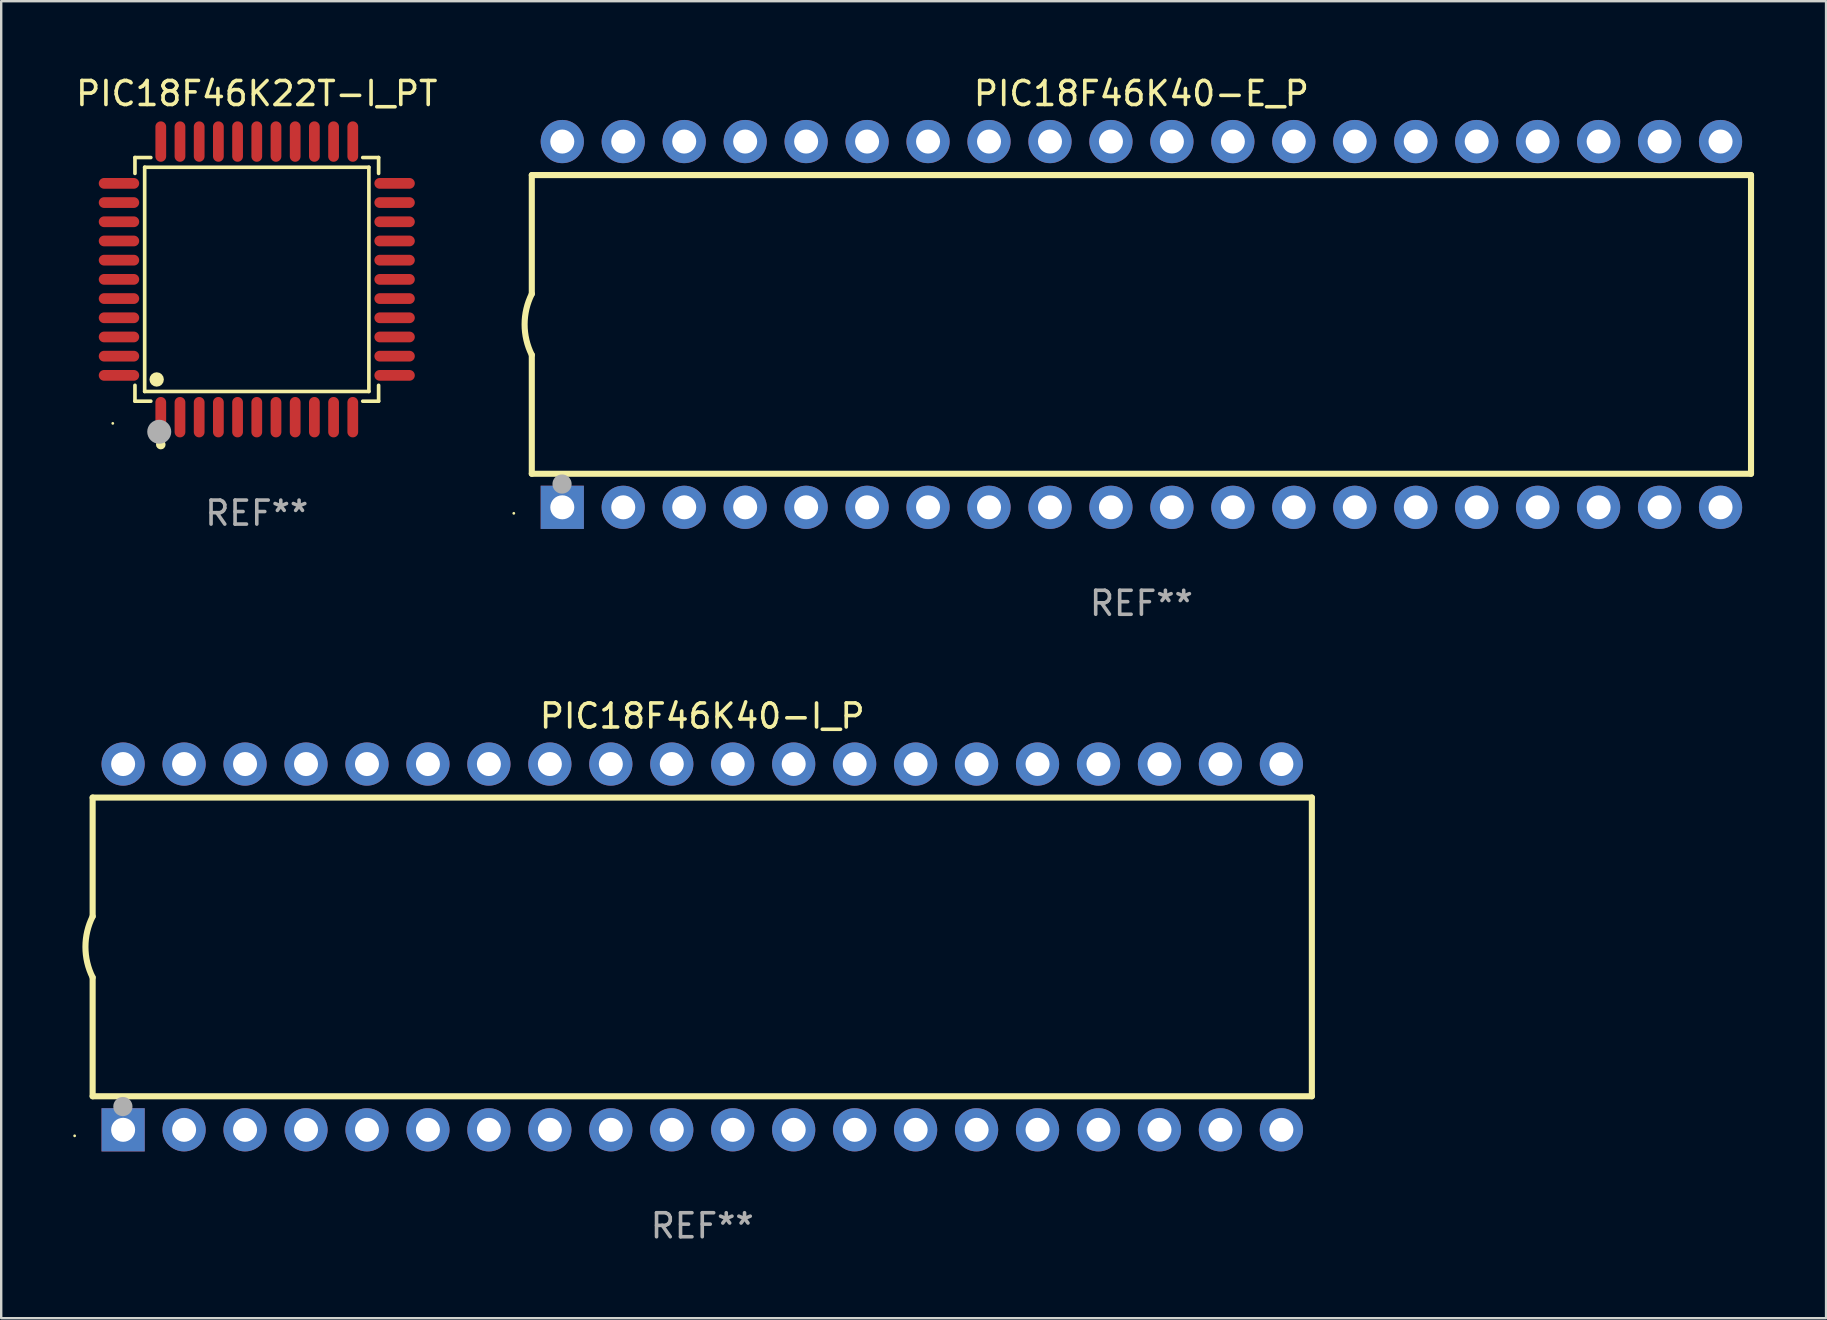
<source format=kicad_pcb>
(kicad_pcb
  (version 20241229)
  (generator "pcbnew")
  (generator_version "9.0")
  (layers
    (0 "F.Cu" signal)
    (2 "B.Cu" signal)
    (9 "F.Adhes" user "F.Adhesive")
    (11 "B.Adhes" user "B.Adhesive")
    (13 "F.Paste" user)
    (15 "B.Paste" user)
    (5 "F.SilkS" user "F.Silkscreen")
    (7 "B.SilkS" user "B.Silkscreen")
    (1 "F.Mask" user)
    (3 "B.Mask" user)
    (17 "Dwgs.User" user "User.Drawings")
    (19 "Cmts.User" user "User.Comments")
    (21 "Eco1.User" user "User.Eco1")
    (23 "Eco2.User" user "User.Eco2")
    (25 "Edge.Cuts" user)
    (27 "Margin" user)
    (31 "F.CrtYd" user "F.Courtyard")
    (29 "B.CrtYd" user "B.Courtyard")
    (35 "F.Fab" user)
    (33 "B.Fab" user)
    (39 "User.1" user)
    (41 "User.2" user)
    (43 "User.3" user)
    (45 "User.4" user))
  (footprint "PIC18F46K40-I_P"
    (layer "F.Cu")
    (at 26.21 36.405)
    (property "Reference" "PIC18F46K40-I_P" (at 0 -9.62 0) (layer "F.SilkS") (effects (font (size 1 1) (thickness 0.15))))
    (attr through_hole)
    (fp_line (start -25.4 -6.224) (end -25.4 -1.271) (stroke (width 0.254) (type solid)) (layer "F.SilkS"))
    (fp_line (start -25.4 -6.224) (end 25.4 -6.224) (stroke (width 0.254) (type solid)) (layer "F.SilkS"))
    (fp_line (start -25.4 1.269) (end -25.4 6.222) (stroke (width 0.254) (type solid)) (layer "F.SilkS"))
    (fp_line (start -25.4 6.222) (end 25.4 6.222) (stroke (width 0.254) (type solid)) (layer "F.SilkS"))
    (fp_line (start 25.4 6.222) (end 25.4 -6.224) (stroke (width 0.254) (type solid)) (layer "F.SilkS"))
    (fp_arc (start -25.4 1.269241) (mid -25.699807 -0.000762) (end -25.4 -1.270765) (stroke (width 0.254001) (type solid)) (layer "F.SilkS"))
    (fp_circle (center -26.15 7.87) (end -26.12 7.87) (stroke (width 0.06) (type solid)) (fill no) (layer "F.SilkS"))
    (fp_circle (center -24.14 6.65) (end -23.94 6.65) (stroke (width 0.4) (type solid)) (fill no) (layer "F.Fab"))
    (fp_text user "REF**" (at 0 11.62 0) (layer "F.Fab") (effects (font (size 1 1) (thickness 0.15))))
    (pad "1" thru_hole rect (at -24.13 7.62 90) (size 1.8 1.8) (drill 1) (layers "*.Cu" "*.Mask"))
    (pad "2" thru_hole circle (at -21.59 7.62) (size 1.8 1.8) (drill 1) (layers "*.Cu" "*.Mask"))
    (pad "3" thru_hole circle (at -19.05 7.62) (size 1.8 1.8) (drill 1) (layers "*.Cu" "*.Mask"))
    (pad "4" thru_hole circle (at -16.51 7.62) (size 1.8 1.8) (drill 1) (layers "*.Cu" "*.Mask"))
    (pad "5" thru_hole circle (at -13.97 7.62) (size 1.8 1.8) (drill 1) (layers "*.Cu" "*.Mask"))
    (pad "6" thru_hole circle (at -11.43 7.62) (size 1.8 1.8) (drill 1) (layers "*.Cu" "*.Mask"))
    (pad "7" thru_hole circle (at -8.89 7.62) (size 1.8 1.8) (drill 1) (layers "*.Cu" "*.Mask"))
    (pad "8" thru_hole circle (at -6.35 7.62) (size 1.8 1.8) (drill 1) (layers "*.Cu" "*.Mask"))
    (pad "9" thru_hole circle (at -3.81 7.62) (size 1.8 1.8) (drill 1) (layers "*.Cu" "*.Mask"))
    (pad "10" thru_hole circle (at -1.27 7.62) (size 1.8 1.8) (drill 1) (layers "*.Cu" "*.Mask"))
    (pad "11" thru_hole circle (at 1.27 7.62) (size 1.8 1.8) (drill 1) (layers "*.Cu" "*.Mask"))
    (pad "12" thru_hole circle (at 3.81 7.62) (size 1.8 1.8) (drill 1) (layers "*.Cu" "*.Mask"))
    (pad "13" thru_hole circle (at 6.35 7.62) (size 1.8 1.8) (drill 1) (layers "*.Cu" "*.Mask"))
    (pad "14" thru_hole circle (at 8.89 7.62) (size 1.8 1.8) (drill 1) (layers "*.Cu" "*.Mask"))
    (pad "15" thru_hole circle (at 11.43 7.62) (size 1.8 1.8) (drill 1) (layers "*.Cu" "*.Mask"))
    (pad "16" thru_hole circle (at 13.97 7.62) (size 1.8 1.8) (drill 1) (layers "*.Cu" "*.Mask"))
    (pad "17" thru_hole circle (at 16.51 7.62) (size 1.8 1.8) (drill 1) (layers "*.Cu" "*.Mask"))
    (pad "18" thru_hole circle (at 19.05 7.62) (size 1.8 1.8) (drill 1) (layers "*.Cu" "*.Mask"))
    (pad "19" thru_hole circle (at 21.59 7.62) (size 1.8 1.8) (drill 1) (layers "*.Cu" "*.Mask"))
    (pad "20" thru_hole circle (at 24.13 7.62) (size 1.8 1.8) (drill 1) (layers "*.Cu" "*.Mask"))
    (pad "21" thru_hole circle (at 24.13 -7.62) (size 1.8 1.8) (drill 1) (layers "*.Cu" "*.Mask"))
    (pad "22" thru_hole circle (at 21.59 -7.62) (size 1.8 1.8) (drill 1) (layers "*.Cu" "*.Mask"))
    (pad "23" thru_hole circle (at 19.05 -7.62) (size 1.8 1.8) (drill 1) (layers "*.Cu" "*.Mask"))
    (pad "24" thru_hole circle (at 16.51 -7.62) (size 1.8 1.8) (drill 1) (layers "*.Cu" "*.Mask"))
    (pad "25" thru_hole circle (at 13.97 -7.62) (size 1.8 1.8) (drill 1) (layers "*.Cu" "*.Mask"))
    (pad "26" thru_hole circle (at 11.43 -7.62) (size 1.8 1.8) (drill 1) (layers "*.Cu" "*.Mask"))
    (pad "27" thru_hole circle (at 8.89 -7.62) (size 1.8 1.8) (drill 1) (layers "*.Cu" "*.Mask"))
    (pad "28" thru_hole circle (at 6.35 -7.62) (size 1.8 1.8) (drill 1) (layers "*.Cu" "*.Mask"))
    (pad "29" thru_hole circle (at 3.81 -7.62) (size 1.8 1.8) (drill 1) (layers "*.Cu" "*.Mask"))
    (pad "30" thru_hole circle (at 1.27 -7.62) (size 1.8 1.8) (drill 1) (layers "*.Cu" "*.Mask"))
    (pad "31" thru_hole circle (at -1.27 -7.62) (size 1.8 1.8) (drill 1) (layers "*.Cu" "*.Mask"))
    (pad "32" thru_hole circle (at -3.81 -7.62) (size 1.8 1.8) (drill 1) (layers "*.Cu" "*.Mask"))
    (pad "33" thru_hole circle (at -6.35 -7.62) (size 1.8 1.8) (drill 1) (layers "*.Cu" "*.Mask"))
    (pad "34" thru_hole circle (at -8.89 -7.62) (size 1.8 1.8) (drill 1) (layers "*.Cu" "*.Mask"))
    (pad "35" thru_hole circle (at -11.43 -7.62) (size 1.8 1.8) (drill 1) (layers "*.Cu" "*.Mask"))
    (pad "36" thru_hole circle (at -13.97 -7.62) (size 1.8 1.8) (drill 1) (layers "*.Cu" "*.Mask"))
    (pad "37" thru_hole circle (at -16.51 -7.62) (size 1.8 1.8) (drill 1) (layers "*.Cu" "*.Mask"))
    (pad "38" thru_hole circle (at -19.05 -7.62) (size 1.8 1.8) (drill 1) (layers "*.Cu" "*.Mask"))
    (pad "39" thru_hole circle (at -21.59 -7.62) (size 1.8 1.8) (drill 1) (layers "*.Cu" "*.Mask"))
    (pad "40" thru_hole circle (at -24.13 -7.62) (size 1.8 1.8) (drill 1) (layers "*.Cu" "*.Mask")))
  (footprint "PIC18F46K40-E_P"
    (layer "F.Cu")
    (at 44.508 10.468)
    (property "Reference" "PIC18F46K40-E_P" (at 0 -9.62 0) (layer "F.SilkS") (effects (font (size 1 1) (thickness 0.15))))
    (attr through_hole)
    (fp_line (start -25.4 -6.224) (end -25.4 -1.271) (stroke (width 0.254) (type solid)) (layer "F.SilkS"))
    (fp_line (start -25.4 -6.224) (end 25.4 -6.224) (stroke (width 0.254) (type solid)) (layer "F.SilkS"))
    (fp_line (start -25.4 1.269) (end -25.4 6.222) (stroke (width 0.254) (type solid)) (layer "F.SilkS"))
    (fp_line (start -25.4 6.222) (end 25.4 6.222) (stroke (width 0.254) (type solid)) (layer "F.SilkS"))
    (fp_line (start 25.4 6.222) (end 25.4 -6.224) (stroke (width 0.254) (type solid)) (layer "F.SilkS"))
    (fp_arc (start -25.4 1.269241) (mid -25.699807 -0.000762) (end -25.4 -1.270765) (stroke (width 0.254001) (type solid)) (layer "F.SilkS"))
    (fp_circle (center -26.15 7.87) (end -26.12 7.87) (stroke (width 0.06) (type solid)) (fill no) (layer "F.SilkS"))
    (fp_circle (center -24.14 6.65) (end -23.94 6.65) (stroke (width 0.4) (type solid)) (fill no) (layer "F.Fab"))
    (fp_text user "REF**" (at 0 11.62 0) (layer "F.Fab") (effects (font (size 1 1) (thickness 0.15))))
    (pad "1" thru_hole rect (at -24.13 7.62 90) (size 1.8 1.8) (drill 1) (layers "*.Cu" "*.Mask"))
    (pad "2" thru_hole circle (at -21.59 7.62) (size 1.8 1.8) (drill 1) (layers "*.Cu" "*.Mask"))
    (pad "3" thru_hole circle (at -19.05 7.62) (size 1.8 1.8) (drill 1) (layers "*.Cu" "*.Mask"))
    (pad "4" thru_hole circle (at -16.51 7.62) (size 1.8 1.8) (drill 1) (layers "*.Cu" "*.Mask"))
    (pad "5" thru_hole circle (at -13.97 7.62) (size 1.8 1.8) (drill 1) (layers "*.Cu" "*.Mask"))
    (pad "6" thru_hole circle (at -11.43 7.62) (size 1.8 1.8) (drill 1) (layers "*.Cu" "*.Mask"))
    (pad "7" thru_hole circle (at -8.89 7.62) (size 1.8 1.8) (drill 1) (layers "*.Cu" "*.Mask"))
    (pad "8" thru_hole circle (at -6.35 7.62) (size 1.8 1.8) (drill 1) (layers "*.Cu" "*.Mask"))
    (pad "9" thru_hole circle (at -3.81 7.62) (size 1.8 1.8) (drill 1) (layers "*.Cu" "*.Mask"))
    (pad "10" thru_hole circle (at -1.27 7.62) (size 1.8 1.8) (drill 1) (layers "*.Cu" "*.Mask"))
    (pad "11" thru_hole circle (at 1.27 7.62) (size 1.8 1.8) (drill 1) (layers "*.Cu" "*.Mask"))
    (pad "12" thru_hole circle (at 3.81 7.62) (size 1.8 1.8) (drill 1) (layers "*.Cu" "*.Mask"))
    (pad "13" thru_hole circle (at 6.35 7.62) (size 1.8 1.8) (drill 1) (layers "*.Cu" "*.Mask"))
    (pad "14" thru_hole circle (at 8.89 7.62) (size 1.8 1.8) (drill 1) (layers "*.Cu" "*.Mask"))
    (pad "15" thru_hole circle (at 11.43 7.62) (size 1.8 1.8) (drill 1) (layers "*.Cu" "*.Mask"))
    (pad "16" thru_hole circle (at 13.97 7.62) (size 1.8 1.8) (drill 1) (layers "*.Cu" "*.Mask"))
    (pad "17" thru_hole circle (at 16.51 7.62) (size 1.8 1.8) (drill 1) (layers "*.Cu" "*.Mask"))
    (pad "18" thru_hole circle (at 19.05 7.62) (size 1.8 1.8) (drill 1) (layers "*.Cu" "*.Mask"))
    (pad "19" thru_hole circle (at 21.59 7.62) (size 1.8 1.8) (drill 1) (layers "*.Cu" "*.Mask"))
    (pad "20" thru_hole circle (at 24.13 7.62) (size 1.8 1.8) (drill 1) (layers "*.Cu" "*.Mask"))
    (pad "21" thru_hole circle (at 24.13 -7.62) (size 1.8 1.8) (drill 1) (layers "*.Cu" "*.Mask"))
    (pad "22" thru_hole circle (at 21.59 -7.62) (size 1.8 1.8) (drill 1) (layers "*.Cu" "*.Mask"))
    (pad "23" thru_hole circle (at 19.05 -7.62) (size 1.8 1.8) (drill 1) (layers "*.Cu" "*.Mask"))
    (pad "24" thru_hole circle (at 16.51 -7.62) (size 1.8 1.8) (drill 1) (layers "*.Cu" "*.Mask"))
    (pad "25" thru_hole circle (at 13.97 -7.62) (size 1.8 1.8) (drill 1) (layers "*.Cu" "*.Mask"))
    (pad "26" thru_hole circle (at 11.43 -7.62) (size 1.8 1.8) (drill 1) (layers "*.Cu" "*.Mask"))
    (pad "27" thru_hole circle (at 8.89 -7.62) (size 1.8 1.8) (drill 1) (layers "*.Cu" "*.Mask"))
    (pad "28" thru_hole circle (at 6.35 -7.62) (size 1.8 1.8) (drill 1) (layers "*.Cu" "*.Mask"))
    (pad "29" thru_hole circle (at 3.81 -7.62) (size 1.8 1.8) (drill 1) (layers "*.Cu" "*.Mask"))
    (pad "30" thru_hole circle (at 1.27 -7.62) (size 1.8 1.8) (drill 1) (layers "*.Cu" "*.Mask"))
    (pad "31" thru_hole circle (at -1.27 -7.62) (size 1.8 1.8) (drill 1) (layers "*.Cu" "*.Mask"))
    (pad "32" thru_hole circle (at -3.81 -7.62) (size 1.8 1.8) (drill 1) (layers "*.Cu" "*.Mask"))
    (pad "33" thru_hole circle (at -6.35 -7.62) (size 1.8 1.8) (drill 1) (layers "*.Cu" "*.Mask"))
    (pad "34" thru_hole circle (at -8.89 -7.62) (size 1.8 1.8) (drill 1) (layers "*.Cu" "*.Mask"))
    (pad "35" thru_hole circle (at -11.43 -7.62) (size 1.8 1.8) (drill 1) (layers "*.Cu" "*.Mask"))
    (pad "36" thru_hole circle (at -13.97 -7.62) (size 1.8 1.8) (drill 1) (layers "*.Cu" "*.Mask"))
    (pad "37" thru_hole circle (at -16.51 -7.62) (size 1.8 1.8) (drill 1) (layers "*.Cu" "*.Mask"))
    (pad "38" thru_hole circle (at -19.05 -7.62) (size 1.8 1.8) (drill 1) (layers "*.Cu" "*.Mask"))
    (pad "39" thru_hole circle (at -21.59 -7.62) (size 1.8 1.8) (drill 1) (layers "*.Cu" "*.Mask"))
    (pad "40" thru_hole circle (at -24.13 -7.62) (size 1.8 1.8) (drill 1) (layers "*.Cu" "*.Mask")))
  (footprint "PIC18F46K22T-I_PT"
    (layer "F.Cu")
    (at 7.649 8.59)
    (property "Reference" "PIC18F46K22T-I_PT" (at 0 -7.742 0) (layer "F.SilkS") (effects (font (size 1 1) (thickness 0.15))))
    (attr through_hole)
    (fp_line (start -5.076 -5.076) (end -4.415 -5.076) (stroke (width 0.152) (type solid)) (layer "F.SilkS"))
    (fp_line (start -5.076 -4.415) (end -5.076 -5.076) (stroke (width 0.152) (type solid)) (layer "F.SilkS"))
    (fp_line (start -5.076 4.415) (end -5.076 5.076) (stroke (width 0.152) (type solid)) (layer "F.SilkS"))
    (fp_line (start -5.076 5.076) (end -4.415 5.076) (stroke (width 0.152) (type solid)) (layer "F.SilkS"))
    (fp_line (start -4.671 -4.671) (end 4.671 -4.671) (stroke (width 0.152) (type solid)) (layer "F.SilkS"))
    (fp_line (start -4.671 4.671) (end -4.671 -4.671) (stroke (width 0.152) (type solid)) (layer "F.SilkS"))
    (fp_line (start 4.671 -4.671) (end 4.671 4.671) (stroke (width 0.152) (type solid)) (layer "F.SilkS"))
    (fp_line (start 4.671 4.671) (end -4.671 4.671) (stroke (width 0.152) (type solid)) (layer "F.SilkS"))
    (fp_line (start 5.076 -5.076) (end 4.415 -5.076) (stroke (width 0.152) (type solid)) (layer "F.SilkS"))
    (fp_line (start 5.076 -4.415) (end 5.076 -5.076) (stroke (width 0.152) (type solid)) (layer "F.SilkS"))
    (fp_line (start 5.076 4.415) (end 5.076 5.076) (stroke (width 0.152) (type solid)) (layer "F.SilkS"))
    (fp_line (start 5.076 5.076) (end 4.415 5.076) (stroke (width 0.152) (type solid)) (layer "F.SilkS"))
    (fp_circle (center -6 6) (end -5.97 6) (stroke (width 0.06) (type solid)) (fill no) (layer "F.SilkS"))
    (fp_circle (center -4.171 4.171) (end -4.021 4.171) (stroke (width 0.3) (type solid)) (fill no) (layer "F.SilkS"))
    (fp_circle (center -4 6.884) (end -3.9 6.884) (stroke (width 0.2) (type solid)) (fill no) (layer "F.SilkS"))
    (fp_circle (center -4.064 6.35) (end -3.814 6.35) (stroke (width 0.5) (type solid)) (fill no) (layer "F.Fab"))
    (fp_text user "REF**" (at 0 9.742 0) (layer "F.Fab") (effects (font (size 1 1) (thickness 0.15))))
    (pad "1" smd oval (at -4 5.742) (size 0.448 1.684) (layers "F.Cu" "F.Mask" "F.Paste"))
    (pad "2" smd oval (at -3.2 5.742) (size 0.448 1.684) (layers "F.Cu" "F.Mask" "F.Paste"))
    (pad "3" smd oval (at -2.4 5.742) (size 0.448 1.684) (layers "F.Cu" "F.Mask" "F.Paste"))
    (pad "4" smd oval (at -1.6 5.742) (size 0.448 1.684) (layers "F.Cu" "F.Mask" "F.Paste"))
    (pad "5" smd oval (at -0.8 5.742) (size 0.448 1.684) (layers "F.Cu" "F.Mask" "F.Paste"))
    (pad "6" smd oval (at 0 5.742) (size 0.448 1.684) (layers "F.Cu" "F.Mask" "F.Paste"))
    (pad "7" smd oval (at 0.8 5.742) (size 0.448 1.684) (layers "F.Cu" "F.Mask" "F.Paste"))
    (pad "8" smd oval (at 1.6 5.742) (size 0.448 1.684) (layers "F.Cu" "F.Mask" "F.Paste"))
    (pad "9" smd oval (at 2.4 5.742) (size 0.448 1.684) (layers "F.Cu" "F.Mask" "F.Paste"))
    (pad "10" smd oval (at 3.2 5.742) (size 0.448 1.684) (layers "F.Cu" "F.Mask" "F.Paste"))
    (pad "11" smd oval (at 4 5.742) (size 0.448 1.684) (layers "F.Cu" "F.Mask" "F.Paste"))
    (pad "12" smd oval (at 5.742 4) (size 1.684 0.448) (layers "F.Cu" "F.Mask" "F.Paste"))
    (pad "13" smd oval (at 5.742 3.2) (size 1.684 0.448) (layers "F.Cu" "F.Mask" "F.Paste"))
    (pad "14" smd oval (at 5.742 2.4) (size 1.684 0.448) (layers "F.Cu" "F.Mask" "F.Paste"))
    (pad "15" smd oval (at 5.742 1.6) (size 1.684 0.448) (layers "F.Cu" "F.Mask" "F.Paste"))
    (pad "16" smd oval (at 5.742 0.8) (size 1.684 0.448) (layers "F.Cu" "F.Mask" "F.Paste"))
    (pad "17" smd oval (at 5.742 0) (size 1.684 0.448) (layers "F.Cu" "F.Mask" "F.Paste"))
    (pad "18" smd oval (at 5.742 -0.8) (size 1.684 0.448) (layers "F.Cu" "F.Mask" "F.Paste"))
    (pad "19" smd oval (at 5.742 -1.6) (size 1.684 0.448) (layers "F.Cu" "F.Mask" "F.Paste"))
    (pad "20" smd oval (at 5.742 -2.4) (size 1.684 0.448) (layers "F.Cu" "F.Mask" "F.Paste"))
    (pad "21" smd oval (at 5.742 -3.2) (size 1.684 0.448) (layers "F.Cu" "F.Mask" "F.Paste"))
    (pad "22" smd oval (at 5.742 -4) (size 1.684 0.448) (layers "F.Cu" "F.Mask" "F.Paste"))
    (pad "23" smd oval (at 4 -5.742) (size 0.448 1.684) (layers "F.Cu" "F.Mask" "F.Paste"))
    (pad "24" smd oval (at 3.2 -5.742) (size 0.448 1.684) (layers "F.Cu" "F.Mask" "F.Paste"))
    (pad "25" smd oval (at 2.4 -5.742) (size 0.448 1.684) (layers "F.Cu" "F.Mask" "F.Paste"))
    (pad "26" smd oval (at 1.6 -5.742) (size 0.448 1.684) (layers "F.Cu" "F.Mask" "F.Paste"))
    (pad "27" smd oval (at 0.8 -5.742) (size 0.448 1.684) (layers "F.Cu" "F.Mask" "F.Paste"))
    (pad "28" smd oval (at 0 -5.742) (size 0.448 1.684) (layers "F.Cu" "F.Mask" "F.Paste"))
    (pad "29" smd oval (at -0.8 -5.742) (size 0.448 1.684) (layers "F.Cu" "F.Mask" "F.Paste"))
    (pad "30" smd oval (at -1.6 -5.742) (size 0.448 1.684) (layers "F.Cu" "F.Mask" "F.Paste"))
    (pad "31" smd oval (at -2.4 -5.742) (size 0.448 1.684) (layers "F.Cu" "F.Mask" "F.Paste"))
    (pad "32" smd oval (at -3.2 -5.742) (size 0.448 1.684) (layers "F.Cu" "F.Mask" "F.Paste"))
    (pad "33" smd oval (at -4 -5.742) (size 0.448 1.684) (layers "F.Cu" "F.Mask" "F.Paste"))
    (pad "34" smd oval (at -5.742 -4) (size 1.684 0.448) (layers "F.Cu" "F.Mask" "F.Paste"))
    (pad "35" smd oval (at -5.742 -3.2) (size 1.684 0.448) (layers "F.Cu" "F.Mask" "F.Paste"))
    (pad "36" smd oval (at -5.742 -2.4) (size 1.684 0.448) (layers "F.Cu" "F.Mask" "F.Paste"))
    (pad "37" smd oval (at -5.742 -1.6) (size 1.684 0.448) (layers "F.Cu" "F.Mask" "F.Paste"))
    (pad "38" smd oval (at -5.742 -0.8) (size 1.684 0.448) (layers "F.Cu" "F.Mask" "F.Paste"))
    (pad "39" smd oval (at -5.742 0) (size 1.684 0.448) (layers "F.Cu" "F.Mask" "F.Paste"))
    (pad "40" smd oval (at -5.742 0.8) (size 1.684 0.448) (layers "F.Cu" "F.Mask" "F.Paste"))
    (pad "41" smd oval (at -5.742 1.6) (size 1.684 0.448) (layers "F.Cu" "F.Mask" "F.Paste"))
    (pad "42" smd oval (at -5.742 2.4) (size 1.684 0.448) (layers "F.Cu" "F.Mask" "F.Paste"))
    (pad "43" smd oval (at -5.742 3.2) (size 1.684 0.448) (layers "F.Cu" "F.Mask" "F.Paste"))
    (pad "44" smd oval (at -5.742 4) (size 1.684 0.448) (layers "F.Cu" "F.Mask" "F.Paste")))
  (gr_rect
    (start -3 -3)
    (end 73.035 51.873)
    (stroke (width 0.1) (type default))
    (fill no)
    (layer "Edge.Cuts")))
</source>
